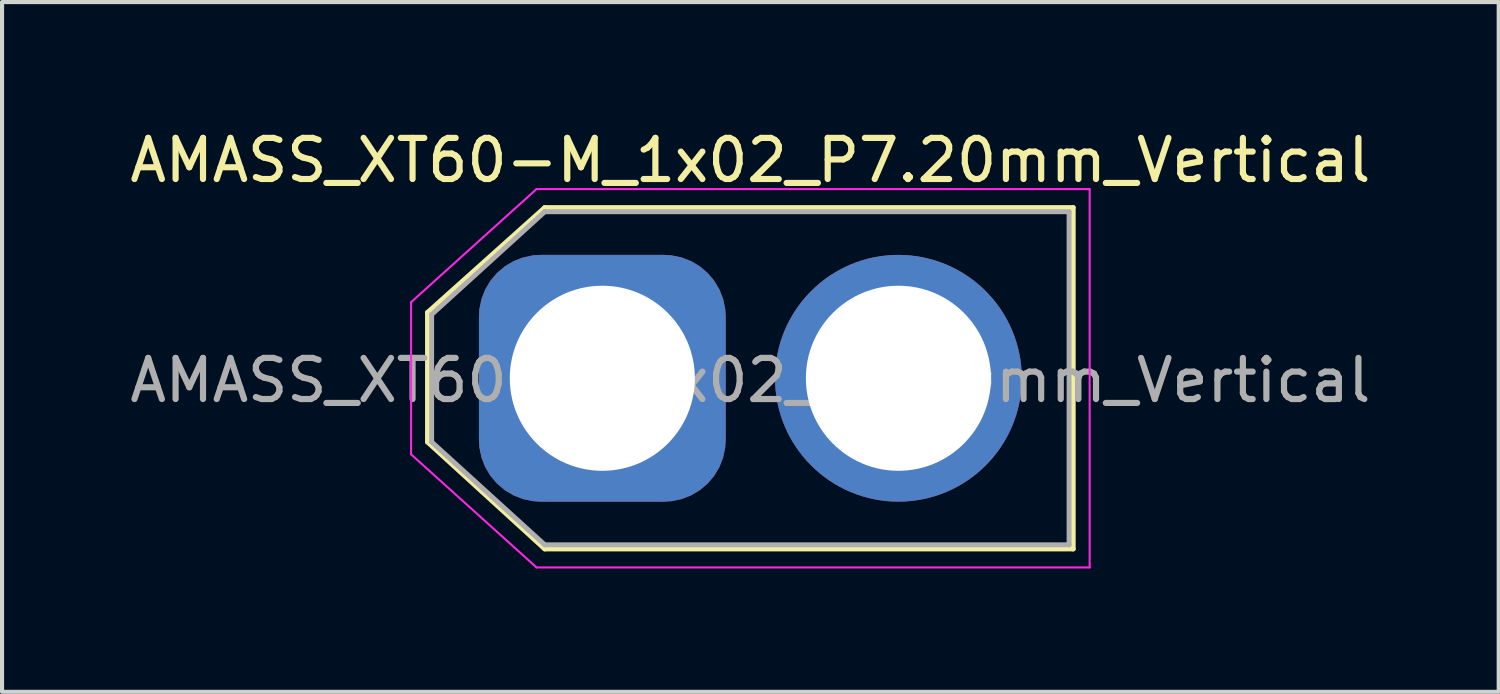
<source format=kicad_pcb>
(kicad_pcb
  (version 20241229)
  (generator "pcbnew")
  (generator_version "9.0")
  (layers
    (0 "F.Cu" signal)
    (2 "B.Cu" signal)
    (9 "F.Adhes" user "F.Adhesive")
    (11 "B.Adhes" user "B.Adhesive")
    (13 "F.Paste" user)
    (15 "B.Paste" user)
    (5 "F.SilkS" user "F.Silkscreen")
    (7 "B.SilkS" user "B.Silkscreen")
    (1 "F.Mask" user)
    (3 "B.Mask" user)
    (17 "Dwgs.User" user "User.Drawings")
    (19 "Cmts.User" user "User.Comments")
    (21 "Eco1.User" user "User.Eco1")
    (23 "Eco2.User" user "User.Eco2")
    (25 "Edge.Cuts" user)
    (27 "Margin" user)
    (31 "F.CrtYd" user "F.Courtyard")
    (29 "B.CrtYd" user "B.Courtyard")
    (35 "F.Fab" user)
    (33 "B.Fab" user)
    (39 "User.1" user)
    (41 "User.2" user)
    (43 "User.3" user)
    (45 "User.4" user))
  (footprint "AMASS_XT60-M_1x02_P7.20mm_Vertical"
    (layer "F.Cu")
    (at 11.596 6.148)
    (property "Reference" "AMASS_XT60-M_1x02_P7.20mm_Vertical" (at 3.6 -5.3 180) (layer "F.SilkS") (effects (font (size 1 1) (thickness 0.15))))
    (attr through_hole)
    (fp_line (start -4.25 -1.6) (end -4.25 1.55) (stroke (width 0.12) (type solid)) (layer "F.SilkS"))
    (fp_line (start -4.25 1.55) (end -1.4 4.15) (stroke (width 0.12) (type solid)) (layer "F.SilkS"))
    (fp_line (start -1.4 -4.15) (end -4.25 -1.6) (stroke (width 0.12) (type solid)) (layer "F.SilkS"))
    (fp_line (start -1.4 4.15) (end 11.45 4.15) (stroke (width 0.12) (type solid)) (layer "F.SilkS"))
    (fp_line (start 11.45 -4.15) (end -1.4 -4.15) (stroke (width 0.12) (type solid)) (layer "F.SilkS"))
    (fp_line (start 11.45 4.15) (end 11.45 -4.15) (stroke (width 0.12) (type solid)) (layer "F.SilkS"))
    (fp_line (start -4.65 -1.85) (end -1.6 -4.6) (stroke (width 0.05) (type solid)) (layer "F.CrtYd"))
    (fp_line (start -4.65 1.85) (end -4.65 -1.85) (stroke (width 0.05) (type solid)) (layer "F.CrtYd"))
    (fp_line (start -1.6 -4.6) (end 11.85 -4.6) (stroke (width 0.05) (type solid)) (layer "F.CrtYd"))
    (fp_line (start -1.6 4.6) (end -4.65 1.85) (stroke (width 0.05) (type solid)) (layer "F.CrtYd"))
    (fp_line (start 11.85 -4.6) (end 11.85 4.6) (stroke (width 0.05) (type solid)) (layer "F.CrtYd"))
    (fp_line (start 11.85 4.6) (end -1.6 4.6) (stroke (width 0.05) (type solid)) (layer "F.CrtYd"))
    (fp_line (start -4.15 -1.55) (end -4.15 1.55) (stroke (width 0.12) (type solid)) (layer "F.Fab"))
    (fp_line (start -4.15 1.55) (end -1.4 4.05) (stroke (width 0.12) (type solid)) (layer "F.Fab"))
    (fp_line (start -1.4 -4.05) (end -4.15 -1.55) (stroke (width 0.12) (type solid)) (layer "F.Fab"))
    (fp_line (start -1.4 4.05) (end 11.35 4.05) (stroke (width 0.12) (type solid)) (layer "F.Fab"))
    (fp_line (start 11.35 -4.05) (end -1.4 -4.05) (stroke (width 0.12) (type solid)) (layer "F.Fab"))
    (fp_line (start 11.35 4.05) (end 11.35 -4.05) (stroke (width 0.12) (type solid)) (layer "F.Fab"))
    (fp_text user "${REFERENCE}" (at 3.6 0.05 0) (layer "F.Fab") (effects (font (size 1 1) (thickness 0.15))))
    (pad "1" thru_hole circle (at 7.2 0) (size 6 6) (drill 4.5) (layers "*.Cu" "*.Mask"))
    (pad "2" thru_hole roundrect (at 0 0) (size 6 6) (drill 4.5) (layers "*.Cu" "*.Mask") (roundrect_rratio 0.25)))
  (gr_rect
    (start -3 -3)
    (end 33.393 13.773)
    (stroke (width 0.1) (type default))
    (fill no)
    (layer "Edge.Cuts")))
</source>
